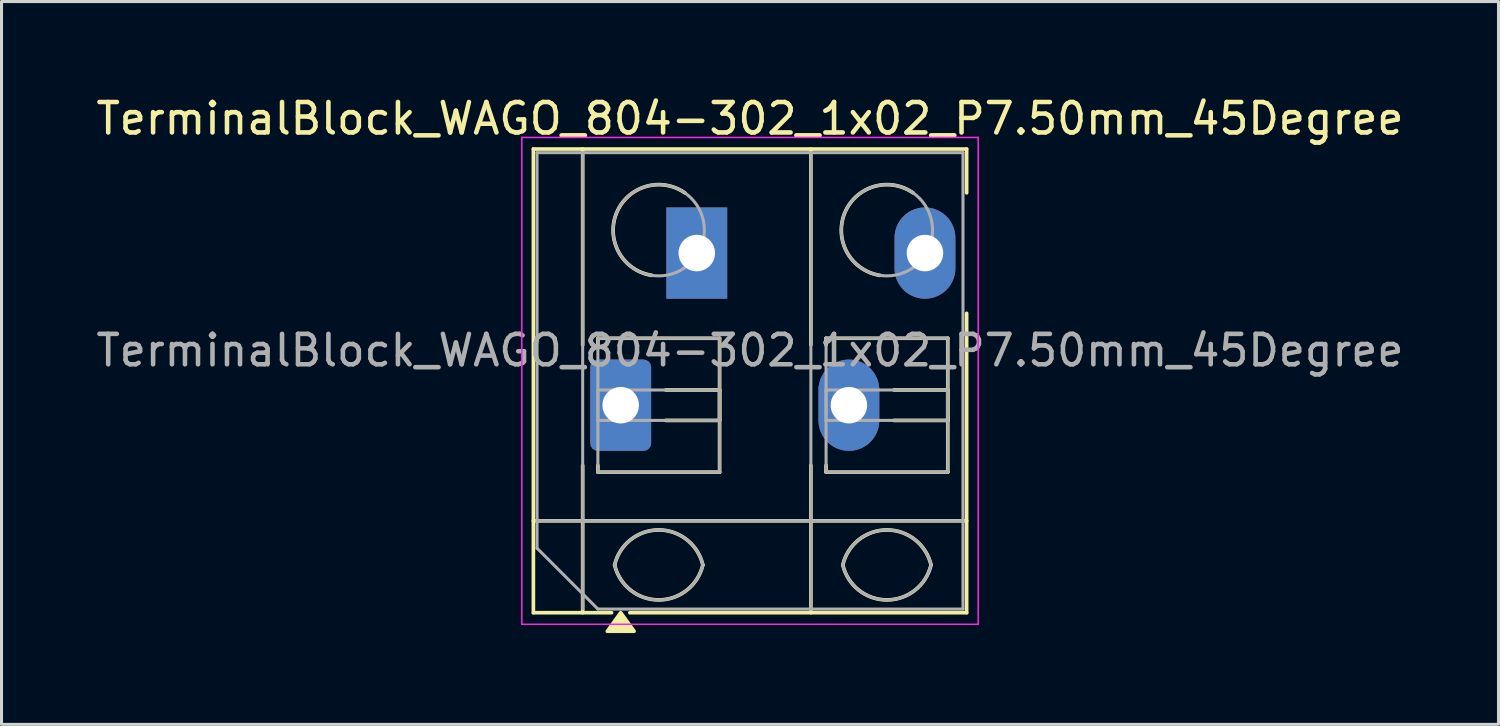
<source format=kicad_pcb>
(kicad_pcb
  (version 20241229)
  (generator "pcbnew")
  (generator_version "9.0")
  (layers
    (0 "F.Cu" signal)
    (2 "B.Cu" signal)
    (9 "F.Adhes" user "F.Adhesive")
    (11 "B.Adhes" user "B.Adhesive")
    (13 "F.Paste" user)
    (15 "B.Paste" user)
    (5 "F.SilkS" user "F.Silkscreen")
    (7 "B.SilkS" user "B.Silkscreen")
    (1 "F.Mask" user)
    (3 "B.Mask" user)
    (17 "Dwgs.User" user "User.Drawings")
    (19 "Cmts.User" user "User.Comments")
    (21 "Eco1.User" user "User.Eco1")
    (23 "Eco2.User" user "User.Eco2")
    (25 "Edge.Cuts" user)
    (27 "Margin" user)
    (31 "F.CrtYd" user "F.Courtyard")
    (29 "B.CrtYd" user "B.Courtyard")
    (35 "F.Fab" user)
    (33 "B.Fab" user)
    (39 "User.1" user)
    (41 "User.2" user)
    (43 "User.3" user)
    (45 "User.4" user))
  (footprint "TerminalBlock_WAGO_804-302_1x02_P7.50mm_45Degree"
    (layer "F.Cu")
    (at 17.351 10.268)
    (property "Reference" "TerminalBlock_WAGO_804-302_1x02_P7.50mm_45Degree" (at 4.25 -9.42 0) (layer "F.SilkS") (effects (font (size 1 1) (thickness 0.15))))
    (attr through_hole)
    (fp_line (start -2.87 -8.42) (end -2.87 6.82) (stroke (width 0.12) (type solid)) (layer "F.SilkS"))
    (fp_line (start -2.87 -8.42) (end 11.37 -8.42) (stroke (width 0.12) (type solid)) (layer "F.SilkS"))
    (fp_line (start -2.87 3.8) (end 11.37 3.8) (stroke (width 0.12) (type solid)) (layer "F.SilkS"))
    (fp_line (start -2.87 6.82) (end -0.3 6.82) (stroke (width 0.12) (type solid)) (layer "F.SilkS"))
    (fp_line (start -1.25 -8.42) (end -1.25 -1.98) (stroke (width 0.12) (type solid)) (layer "F.SilkS"))
    (fp_line (start -1.25 1.98) (end -1.25 6.82) (stroke (width 0.12) (type solid)) (layer "F.SilkS"))
    (fp_line (start -0.75 -2.2) (end -0.75 -1.98) (stroke (width 0.12) (type solid)) (layer "F.SilkS"))
    (fp_line (start -0.75 -2.2) (end 3.25 -2.2) (stroke (width 0.12) (type solid)) (layer "F.SilkS"))
    (fp_line (start -0.75 1.98) (end -0.75 2.2) (stroke (width 0.12) (type solid)) (layer "F.SilkS"))
    (fp_line (start -0.75 2.2) (end 3.25 2.2) (stroke (width 0.12) (type solid)) (layer "F.SilkS"))
    (fp_line (start 0.3 6.82) (end 11.37 6.82) (stroke (width 0.12) (type solid)) (layer "F.SilkS"))
    (fp_line (start 1.48 -0.5) (end 3.25 -0.5) (stroke (width 0.12) (type solid)) (layer "F.SilkS"))
    (fp_line (start 1.48 0.5) (end 3.25 0.5) (stroke (width 0.12) (type solid)) (layer "F.SilkS"))
    (fp_line (start 3.25 -2.2) (end 3.25 2.2) (stroke (width 0.12) (type solid)) (layer "F.SilkS"))
    (fp_line (start 3.25 -0.5) (end 3.25 0.5) (stroke (width 0.12) (type solid)) (layer "F.SilkS"))
    (fp_line (start 6.25 -8.42) (end 6.25 -1.98) (stroke (width 0.12) (type solid)) (layer "F.SilkS"))
    (fp_line (start 6.25 1.98) (end 6.25 6.82) (stroke (width 0.12) (type solid)) (layer "F.SilkS"))
    (fp_line (start 6.75 -2.2) (end 6.75 -1.98) (stroke (width 0.12) (type solid)) (layer "F.SilkS"))
    (fp_line (start 6.75 -2.2) (end 10.75 -2.2) (stroke (width 0.12) (type solid)) (layer "F.SilkS"))
    (fp_line (start 6.75 1.98) (end 6.75 2.2) (stroke (width 0.12) (type solid)) (layer "F.SilkS"))
    (fp_line (start 6.75 2.2) (end 10.75 2.2) (stroke (width 0.12) (type solid)) (layer "F.SilkS"))
    (fp_line (start 8.98 -0.5) (end 10.75 -0.5) (stroke (width 0.12) (type solid)) (layer "F.SilkS"))
    (fp_line (start 8.98 0.5) (end 10.75 0.5) (stroke (width 0.12) (type solid)) (layer "F.SilkS"))
    (fp_line (start 10.75 -2.2) (end 10.75 2.2) (stroke (width 0.12) (type solid)) (layer "F.SilkS"))
    (fp_line (start 10.75 -0.5) (end 10.75 0.5) (stroke (width 0.12) (type solid)) (layer "F.SilkS"))
    (fp_line (start 11.37 -8.42) (end 11.37 -6.98) (stroke (width 0.12) (type solid)) (layer "F.SilkS"))
    (fp_line (start 11.37 -3.02) (end 11.37 6.82) (stroke (width 0.12) (type solid)) (layer "F.SilkS"))
    (fp_arc (start -0.199969 5.249867) (mid 1.250068 4.099899) (end 2.7 5.25) (stroke (width 0.12) (type solid)) (layer "F.SilkS"))
    (fp_arc (start 1.02 -4.268) (mid -0.141815 -6.308637) (end 2.10843 -6.979765) (stroke (width 0.12) (type solid)) (layer "F.SilkS"))
    (fp_arc (start 2.7 5.25) (mid 1.250068 6.400101) (end -0.199969 5.250133) (stroke (width 0.12) (type solid)) (layer "F.SilkS"))
    (fp_arc (start 7.300031 5.249867) (mid 8.750068 4.099899) (end 10.2 5.25) (stroke (width 0.12) (type solid)) (layer "F.SilkS"))
    (fp_arc (start 8.52 -4.268) (mid 7.358185 -6.308637) (end 9.60843 -6.979765) (stroke (width 0.12) (type solid)) (layer "F.SilkS"))
    (fp_arc (start 10.2 5.25) (mid 8.750068 6.400101) (end 7.300031 5.250133) (stroke (width 0.12) (type solid)) (layer "F.SilkS"))
    (fp_poly (pts (xy 0 6.82) (xy 0.44 7.43) (xy -0.44 7.43)) (stroke (width 0.12) (type solid)) (fill yes) (layer "F.SilkS"))
    (fp_line (start -3.25 -8.8) (end -3.25 7.2) (stroke (width 0.05) (type solid)) (layer "F.CrtYd"))
    (fp_line (start -3.25 7.2) (end 11.75 7.2) (stroke (width 0.05) (type solid)) (layer "F.CrtYd"))
    (fp_line (start 11.75 -8.8) (end -3.25 -8.8) (stroke (width 0.05) (type solid)) (layer "F.CrtYd"))
    (fp_line (start 11.75 7.2) (end 11.75 -8.8) (stroke (width 0.05) (type solid)) (layer "F.CrtYd"))
    (fp_line (start -2.75 -8.3) (end 11.25 -8.3) (stroke (width 0.1) (type solid)) (layer "F.Fab"))
    (fp_line (start -2.75 3.8) (end 11.25 3.8) (stroke (width 0.1) (type solid)) (layer "F.Fab"))
    (fp_line (start -2.75 4.7) (end -2.75 -8.3) (stroke (width 0.1) (type solid)) (layer "F.Fab"))
    (fp_line (start -1.25 -8.3) (end -1.25 6.7) (stroke (width 0.1) (type solid)) (layer "F.Fab"))
    (fp_line (start -0.75 -2.2) (end -0.75 2.2) (stroke (width 0.1) (type solid)) (layer "F.Fab"))
    (fp_line (start -0.75 -0.5) (end -0.75 0.5) (stroke (width 0.1) (type solid)) (layer "F.Fab"))
    (fp_line (start -0.75 0.5) (end 3.25 0.5) (stroke (width 0.1) (type solid)) (layer "F.Fab"))
    (fp_line (start -0.75 2.2) (end 3.25 2.2) (stroke (width 0.1) (type solid)) (layer "F.Fab"))
    (fp_line (start -0.75 6.7) (end -2.75 4.7) (stroke (width 0.1) (type solid)) (layer "F.Fab"))
    (fp_line (start 3.25 -2.2) (end -0.75 -2.2) (stroke (width 0.1) (type solid)) (layer "F.Fab"))
    (fp_line (start 3.25 -0.5) (end -0.75 -0.5) (stroke (width 0.1) (type solid)) (layer "F.Fab"))
    (fp_line (start 3.25 0.5) (end 3.25 -0.5) (stroke (width 0.1) (type solid)) (layer "F.Fab"))
    (fp_line (start 3.25 2.2) (end 3.25 -2.2) (stroke (width 0.1) (type solid)) (layer "F.Fab"))
    (fp_line (start 6.25 -8.3) (end 6.25 6.7) (stroke (width 0.1) (type solid)) (layer "F.Fab"))
    (fp_line (start 6.75 -2.2) (end 6.75 2.2) (stroke (width 0.1) (type solid)) (layer "F.Fab"))
    (fp_line (start 6.75 -0.5) (end 6.75 0.5) (stroke (width 0.1) (type solid)) (layer "F.Fab"))
    (fp_line (start 6.75 0.5) (end 10.75 0.5) (stroke (width 0.1) (type solid)) (layer "F.Fab"))
    (fp_line (start 6.75 2.2) (end 10.75 2.2) (stroke (width 0.1) (type solid)) (layer "F.Fab"))
    (fp_line (start 10.75 -2.2) (end 6.75 -2.2) (stroke (width 0.1) (type solid)) (layer "F.Fab"))
    (fp_line (start 10.75 -0.5) (end 6.75 -0.5) (stroke (width 0.1) (type solid)) (layer "F.Fab"))
    (fp_line (start 10.75 0.5) (end 10.75 -0.5) (stroke (width 0.1) (type solid)) (layer "F.Fab"))
    (fp_line (start 10.75 2.2) (end 10.75 -2.2) (stroke (width 0.1) (type solid)) (layer "F.Fab"))
    (fp_line (start 11.25 -8.3) (end 11.25 6.7) (stroke (width 0.1) (type solid)) (layer "F.Fab"))
    (fp_line (start 11.25 6.7) (end -0.75 6.7) (stroke (width 0.1) (type solid)) (layer "F.Fab"))
    (fp_arc (start -0.200865 5.250424) (mid 1.250296 4.099926) (end 2.701 5.251) (stroke (width 0.1) (type solid)) (layer "F.Fab"))
    (fp_arc (start 2.7 5.25) (mid 1.250068 6.400101) (end -0.199969 5.250133) (stroke (width 0.1) (type solid)) (layer "F.Fab"))
    (fp_arc (start 7.299135 5.250424) (mid 8.750296 4.099926) (end 10.201 5.251) (stroke (width 0.1) (type solid)) (layer "F.Fab"))
    (fp_arc (start 10.2 5.25) (mid 8.750068 6.400101) (end 7.300031 5.250133) (stroke (width 0.1) (type solid)) (layer "F.Fab"))
    (fp_circle (center 1.25 -5.75) (end 2.75 -5.75) (stroke (width 0.1) (type solid)) (fill no) (layer "F.Fab"))
    (fp_circle (center 8.75 -5.75) (end 10.25 -5.75) (stroke (width 0.1) (type solid)) (fill no) (layer "F.Fab"))
    (fp_text user "${REFERENCE}" (at 4.25 -1.8 0) (layer "F.Fab") (effects (font (size 1 1) (thickness 0.15))))
    (pad "1" thru_hole roundrect (at 0 0) (size 2 3) (drill 1.2) (layers "*.Cu" "*.Mask") (roundrect_rratio 0.125))
    (pad "1" thru_hole rect (at 2.5 -5) (size 2 3) (drill 1.2) (layers "*.Cu" "*.Mask"))
    (pad "2" thru_hole oval (at 7.5 0) (size 2 3) (drill 1.2) (layers "*.Cu" "*.Mask"))
    (pad "2" thru_hole oval (at 10 -5) (size 2 3) (drill 1.2) (layers "*.Cu" "*.Mask")))
  (gr_rect
    (start -3 -3)
    (end 46.202 20.758)
    (stroke (width 0.1) (type default))
    (fill no)
    (layer "Edge.Cuts")))
</source>
